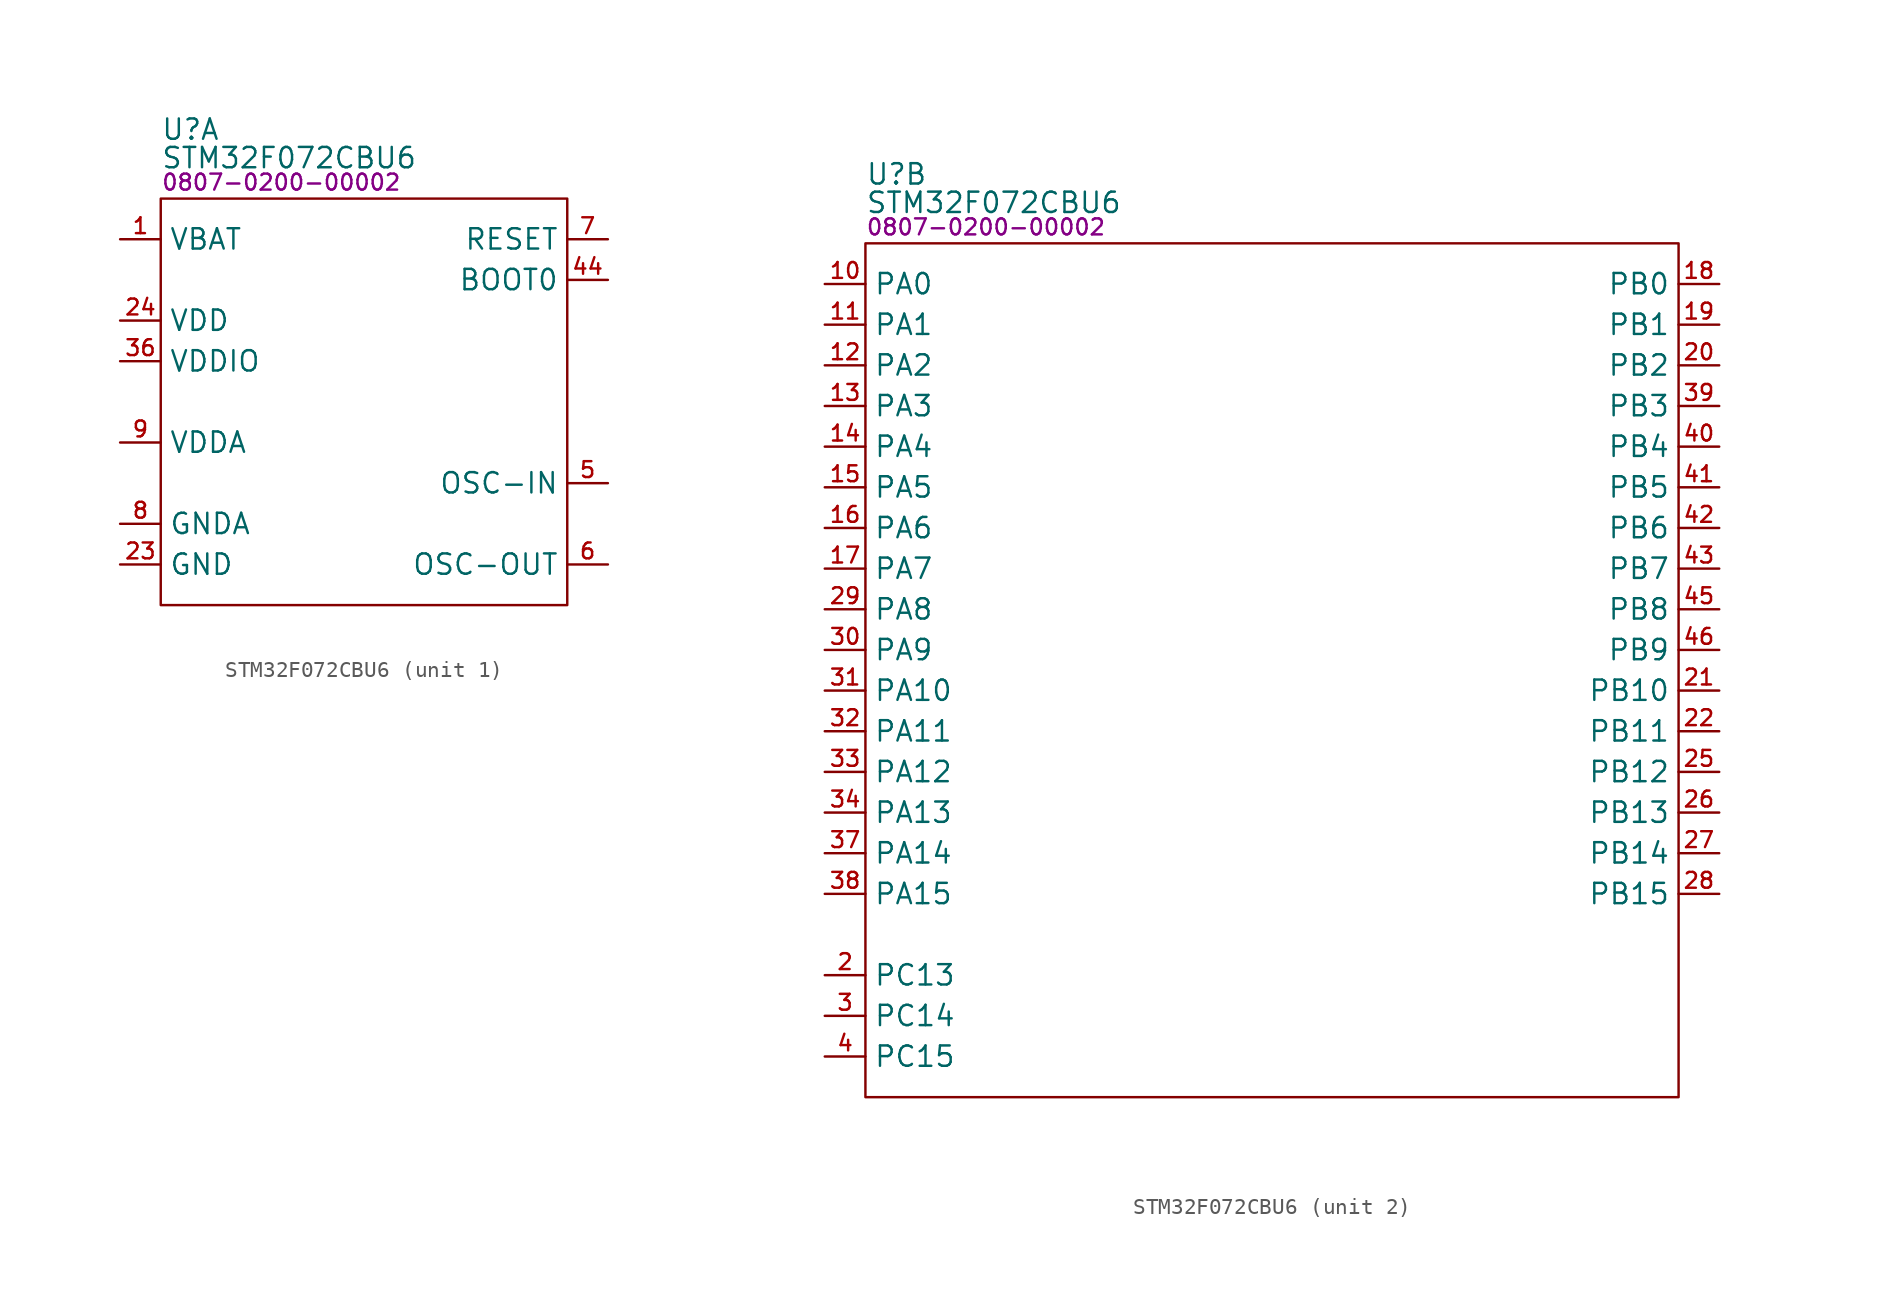
<source format=kicad_sym>
(kicad_symbol_lib
  (version 20231120)
  (generator "kicad_symbol_editor")
  (generator_version "8.0")
  (symbol "STM32F072CBU6"
    (property "Reference" "U"
      (at 0 4.318 0)
      (effects (font (size 1.27 1.27)) (justify left)))
    (property "Value" "STM32F072CBU6"
      (at 0 2.54 0)
      (effects (font (size 1.27 1.27)) (justify left)))
    (property "PartNumber" "0807-0200-00002"
      (at 0 1.016 0)
      (effects (font (size 1 1)) (justify left)))
    (property "ki_locked" ""
      (at 0 0 0)
      (effects (font (size 1.27 1.27))))
    (symbol "STM32F072CBU6_1_0"
      (pin power_in line (at -2.54 -2.54 0) (length 2.54) (name "VBAT" (effects (font (size 1.27 1.27)))) (number "1" (effects (font (size 0.991 0.991)))))
      (pin power_in line (at -2.54 -22.86 0) (length 2.54) (name "GND" (effects (font (size 1.27 1.27)))) (number "23" (effects (font (size 0.991 0.991)))))
      (pin power_in line (at -2.54 -7.62 0) (length 2.54) (name "VDD" (effects (font (size 1.27 1.27)))) (number "24" (effects (font (size 0.991 0.991)))))
      (pin power_in line (at -2.54 -22.86 0) (length 2.54) hide (name "GND" (effects (font (size 1.27 1.27)))) (number "35" (effects (font (size 0.991 0.991)))))
      (pin power_in line (at -2.54 -10.16 0) (length 2.54) (name "VDDIO" (effects (font (size 1.27 1.27)))) (number "36" (effects (font (size 0.991 0.991)))))
      (pin input line (at 27.94 -5.08 180) (length 2.54) (name "BOOT0" (effects (font (size 1.27 1.27)))) (number "44" (effects (font (size 0.991 0.991)))))
      (pin power_in line (at -2.54 -22.86 0) (length 2.54) hide (name "GND" (effects (font (size 1.27 1.27)))) (number "47" (effects (font (size 0.991 0.991)))))
      (pin power_in line (at -2.54 -7.62 0) (length 2.54) hide (name "VDD" (effects (font (size 1.27 1.27)))) (number "48" (effects (font (size 0.991 0.991)))))
      (pin power_in line (at -2.54 -22.86 0) (length 2.54) hide (name "GND" (effects (font (size 1.27 1.27)))) (number "49" (effects (font (size 0.991 0.991)))))
      (pin input line (at 27.94 -17.78 180) (length 2.54) (name "OSC-IN" (effects (font (size 1.27 1.27)))) (number "5" (effects (font (size 0.991 0.991)))) (alternate "CRS-SYNC" bidirectional line) (alternate "PF0" bidirectional line))
      (pin output line (at 27.94 -22.86 180) (length 2.54) (name "OSC-OUT" (effects (font (size 1.27 1.27)))) (number "6" (effects (font (size 0.991 0.991)))) (alternate "PF1" bidirectional line))
      (pin input line (at 27.94 -2.54 180) (length 2.54) (name "RESET" (effects (font (size 1.27 1.27)))) (number "7" (effects (font (size 0.991 0.991)))))
      (pin power_in line (at -2.54 -20.32 0) (length 2.54) (name "GNDA" (effects (font (size 1.27 1.27)))) (number "8" (effects (font (size 0.991 0.991)))))
      (pin power_in line (at -2.54 -15.24 0) (length 2.54) (name "VDDA" (effects (font (size 1.27 1.27)))) (number "9" (effects (font (size 0.991 0.991))))))
    (symbol "STM32F072CBU6_1_1"
      (rectangle (start 0 0) (end 25.4 -25.4) (stroke (width 0) (type default)) (fill (type none))))
    (symbol "STM32F072CBU6_2_0"
      (pin bidirectional line (at -2.54 -2.54 0) (length 2.54) (name "PA0" (effects (font (size 1.27 1.27)))) (number "10" (effects (font (size 0.991 0.991)))) (alternate "ADC-IN0" bidirectional line) (alternate "COMP1-INM" bidirectional line) (alternate "COMP1-OUT" bidirectional line) (alternate "RTC-TAMP2" bidirectional line) (alternate "SYS-WKUP1" bidirectional line) (alternate "TIM2-CH1" bidirectional line) (alternate "TIM2-ETR" bidirectional line) (alternate "TSC-G1-IO1" bidirectional line) (alternate "USART2-CTS" bidirectional line) (alternate "USART4-TX" bidirectional line))
      (pin bidirectional line (at -2.54 -5.08 0) (length 2.54) (name "PA1" (effects (font (size 1.27 1.27)))) (number "11" (effects (font (size 0.991 0.991)))) (alternate "ADC-IN1" bidirectional line) (alternate "COMP1-INP" bidirectional line) (alternate "TIM15-CH1N" bidirectional line) (alternate "TIM2-CH2" bidirectional line) (alternate "TSC-G1-IO2" bidirectional line) (alternate "USART2-DE" bidirectional line) (alternate "USART2-RTS" bidirectional line) (alternate "USART4-RX" bidirectional line))
      (pin bidirectional line (at -2.54 -7.62 0) (length 2.54) (name "PA2" (effects (font (size 1.27 1.27)))) (number "12" (effects (font (size 0.991 0.991)))) (alternate "ADC-IN2" bidirectional line) (alternate "COMP2-INM" bidirectional line) (alternate "COMP2-OUT" bidirectional line) (alternate "SYS-WKUP4" bidirectional line) (alternate "TIM15-CH1" bidirectional line) (alternate "TIM2-CH3" bidirectional line) (alternate "TSC-G1-IO3" bidirectional line) (alternate "USART2-TX" bidirectional line))
      (pin bidirectional line (at -2.54 -10.16 0) (length 2.54) (name "PA3" (effects (font (size 1.27 1.27)))) (number "13" (effects (font (size 0.991 0.991)))) (alternate "ADC-IN3" bidirectional line) (alternate "COMP2-INP" bidirectional line) (alternate "TIM15-CH2" bidirectional line) (alternate "TIM2-CH4" bidirectional line) (alternate "TSC-G1-IO4" bidirectional line) (alternate "USART2-RX" bidirectional line))
      (pin bidirectional line (at -2.54 -12.7 0) (length 2.54) (name "PA4" (effects (font (size 1.27 1.27)))) (number "14" (effects (font (size 0.991 0.991)))) (alternate "ADC-IN4" bidirectional line) (alternate "COMP1-INM" bidirectional line) (alternate "COMP2-INM" bidirectional line) (alternate "DAC-OUT1" bidirectional line) (alternate "I2S1-WS" bidirectional line) (alternate "SPI1-S\\S\\" bidirectional line) (alternate "TIM14-CH1" bidirectional line) (alternate "TSC-G2-IO1" bidirectional line) (alternate "USART2-CK" bidirectional line))
      (pin bidirectional line (at -2.54 -15.24 0) (length 2.54) (name "PA5" (effects (font (size 1.27 1.27)))) (number "15" (effects (font (size 0.991 0.991)))) (alternate "ADC-IN5" bidirectional line) (alternate "CEC" bidirectional line) (alternate "COMP1-INM" bidirectional line) (alternate "COMP2-INM" bidirectional line) (alternate "DAC-OUT2" bidirectional line) (alternate "I2S1-CK" bidirectional line) (alternate "SPI1-SCK" bidirectional line) (alternate "TIM2-CH1" bidirectional line) (alternate "TIM2-ETR" bidirectional line) (alternate "TSC-G2-IO2" bidirectional line))
      (pin bidirectional line (at -2.54 -17.78 0) (length 2.54) (name "PA6" (effects (font (size 1.27 1.27)))) (number "16" (effects (font (size 0.991 0.991)))) (alternate "ADC-IN6" bidirectional line) (alternate "COMP1-OUT" bidirectional line) (alternate "I2S1-MCK" bidirectional line) (alternate "SPI1-CIPO" bidirectional line) (alternate "TIM1-BKIN" bidirectional line) (alternate "TIM16-CH1" bidirectional line) (alternate "TIM3-CH1" bidirectional line) (alternate "TSC-G2-IO3" bidirectional line) (alternate "USART3-CTS" bidirectional line))
      (pin bidirectional line (at -2.54 -20.32 0) (length 2.54) (name "PA7" (effects (font (size 1.27 1.27)))) (number "17" (effects (font (size 0.991 0.991)))) (alternate "ADC-IN7" bidirectional line) (alternate "COMP2-OUT" bidirectional line) (alternate "I2S1-SD" bidirectional line) (alternate "SPI1-COPI" bidirectional line) (alternate "TIM1-CH1N" bidirectional line) (alternate "TIM14-CH1" bidirectional line) (alternate "TIM17-CH1" bidirectional line) (alternate "TIM3-CH2" bidirectional line) (alternate "TSC-G2-IO4" bidirectional line))
      (pin bidirectional line (at 53.34 -2.54 180) (length 2.54) (name "PB0" (effects (font (size 1.27 1.27)))) (number "18" (effects (font (size 0.991 0.991)))) (alternate "ADC-IN8" bidirectional line) (alternate "TIM1-CH2N" bidirectional line) (alternate "TIM3-CH3" bidirectional line) (alternate "TSC-G3-IO2" bidirectional line) (alternate "USART3-CK" bidirectional line))
      (pin bidirectional line (at 53.34 -5.08 180) (length 2.54) (name "PB1" (effects (font (size 1.27 1.27)))) (number "19" (effects (font (size 0.991 0.991)))) (alternate "ADC-IN9" bidirectional line) (alternate "TIM1-CH3N" bidirectional line) (alternate "TIM14-CH1" bidirectional line) (alternate "TIM3-CH4" bidirectional line) (alternate "TSC-G3-IO3" bidirectional line) (alternate "USART3-DE" bidirectional line) (alternate "USART3-RTS" bidirectional line))
      (pin bidirectional line (at -2.54 -45.72 0) (length 2.54) (name "PC13" (effects (font (size 1.27 1.27)))) (number "2" (effects (font (size 0.991 0.991)))) (alternate "RTC-OUT-ALARM" bidirectional line) (alternate "RTC-OUT-CALIB" bidirectional line) (alternate "RTC-TAMP1" bidirectional line) (alternate "RTC-TS" bidirectional line) (alternate "SYS-WKUP2" bidirectional line))
      (pin bidirectional line (at 53.34 -7.62 180) (length 2.54) (name "PB2" (effects (font (size 1.27 1.27)))) (number "20" (effects (font (size 0.991 0.991)))) (alternate "TSC-G3-IO4" bidirectional line))
      (pin bidirectional line (at 53.34 -27.94 180) (length 2.54) (name "PB10" (effects (font (size 1.27 1.27)))) (number "21" (effects (font (size 0.991 0.991)))) (alternate "CEC" bidirectional line) (alternate "I2C2-SCL" bidirectional line) (alternate "I2S2-CK" bidirectional line) (alternate "SPI2-SCK" bidirectional line) (alternate "TIM2-CH3" bidirectional line) (alternate "TSC-SYNC" bidirectional line) (alternate "USART3-TX" bidirectional line))
      (pin bidirectional line (at 53.34 -30.48 180) (length 2.54) (name "PB11" (effects (font (size 1.27 1.27)))) (number "22" (effects (font (size 0.991 0.991)))) (alternate "I2C2-SDA" bidirectional line) (alternate "TIM2-CH4" bidirectional line) (alternate "TSC-G6-IO1" bidirectional line) (alternate "USART3-RX" bidirectional line))
      (pin bidirectional line (at 53.34 -33.02 180) (length 2.54) (name "PB12" (effects (font (size 1.27 1.27)))) (number "25" (effects (font (size 0.991 0.991)))) (alternate "I2S2-WS" bidirectional line) (alternate "SPI2-S\\S\\" bidirectional line) (alternate "TIM1-BKIN" bidirectional line) (alternate "TIM15-BKIN" bidirectional line) (alternate "TSC-G6-IO2" bidirectional line) (alternate "USART3-CK" bidirectional line))
      (pin bidirectional line (at 53.34 -35.56 180) (length 2.54) (name "PB13" (effects (font (size 1.27 1.27)))) (number "26" (effects (font (size 0.991 0.991)))) (alternate "I2C2-SCL" bidirectional line) (alternate "I2S2-CK" bidirectional line) (alternate "SPI2-SCK" bidirectional line) (alternate "TIM1-CH1N" bidirectional line) (alternate "TSC-G6-IO3" bidirectional line) (alternate "USART3-CTS" bidirectional line))
      (pin bidirectional line (at 53.34 -38.1 180) (length 2.54) (name "PB14" (effects (font (size 1.27 1.27)))) (number "27" (effects (font (size 0.991 0.991)))) (alternate "I2C2-SDA" bidirectional line) (alternate "I2S2-MCK" bidirectional line) (alternate "SPI2-CIPO" bidirectional line) (alternate "TIM1-CH2N" bidirectional line) (alternate "TIM15-CH1" bidirectional line) (alternate "TSC-G6-IO4" bidirectional line) (alternate "USART3-DE" bidirectional line) (alternate "USART3-RTS" bidirectional line))
      (pin bidirectional line (at 53.34 -40.64 180) (length 2.54) (name "PB15" (effects (font (size 1.27 1.27)))) (number "28" (effects (font (size 0.991 0.991)))) (alternate "I2S2-SD" bidirectional line) (alternate "RTC-REFIN" bidirectional line) (alternate "SPI2-COPI" bidirectional line) (alternate "SYS-WKUP7" bidirectional line) (alternate "TIM1-CH3N" bidirectional line) (alternate "TIM15-CH1N" bidirectional line) (alternate "TIM15-CH2" bidirectional line))
      (pin bidirectional line (at -2.54 -22.86 0) (length 2.54) (name "PA8" (effects (font (size 1.27 1.27)))) (number "29" (effects (font (size 0.991 0.991)))) (alternate "CRS-SYNC" bidirectional line) (alternate "RCC-MCO" bidirectional line) (alternate "TIM1-CH1" bidirectional line) (alternate "USART1-CK" bidirectional line))
      (pin bidirectional line (at -2.54 -48.26 0) (length 2.54) (name "PC14" (effects (font (size 1.27 1.27)))) (number "3" (effects (font (size 0.991 0.991)))) (alternate "OSC32-IN" bidirectional line))
      (pin bidirectional line (at -2.54 -25.4 0) (length 2.54) (name "PA9" (effects (font (size 1.27 1.27)))) (number "30" (effects (font (size 0.991 0.991)))) (alternate "DAC-EXTI9" bidirectional line) (alternate "TIM1-CH2" bidirectional line) (alternate "TIM15-BKIN" bidirectional line) (alternate "TSC-G4-IO1" bidirectional line) (alternate "USART1-TX" bidirectional line))
      (pin bidirectional line (at -2.54 -27.94 0) (length 2.54) (name "PA10" (effects (font (size 1.27 1.27)))) (number "31" (effects (font (size 0.991 0.991)))) (alternate "TIM1-CH3" bidirectional line) (alternate "TIM17-BKIN" bidirectional line) (alternate "TSC-G4-IO2" bidirectional line) (alternate "USART1-RX" bidirectional line))
      (pin bidirectional line (at -2.54 -30.48 0) (length 2.54) (name "PA11" (effects (font (size 1.27 1.27)))) (number "32" (effects (font (size 0.991 0.991)))) (alternate "CAN-RX" bidirectional line) (alternate "COMP1-OUT" bidirectional line) (alternate "TIM1-CH4" bidirectional line) (alternate "TSC-G4-IO3" bidirectional line) (alternate "USART1-CTS" bidirectional line) (alternate "USB-D-" bidirectional line))
      (pin bidirectional line (at -2.54 -33.02 0) (length 2.54) (name "PA12" (effects (font (size 1.27 1.27)))) (number "33" (effects (font (size 0.991 0.991)))) (alternate "CAN-TX" bidirectional line) (alternate "COMP2-OUT" bidirectional line) (alternate "TIM1-ETR" bidirectional line) (alternate "TSC-G4-IO4" bidirectional line) (alternate "USART1-DE" bidirectional line) (alternate "USART1-RTS" bidirectional line) (alternate "USB-D+" bidirectional line))
      (pin bidirectional line (at -2.54 -35.56 0) (length 2.54) (name "PA13" (effects (font (size 1.27 1.27)))) (number "34" (effects (font (size 0.991 0.991)))) (alternate "IR-OUT" bidirectional line) (alternate "SYS-SWDIO" bidirectional line) (alternate "USB-NOE" bidirectional line))
      (pin bidirectional line (at -2.54 -38.1 0) (length 2.54) (name "PA14" (effects (font (size 1.27 1.27)))) (number "37" (effects (font (size 0.991 0.991)))) (alternate "SYS-SWCLK" bidirectional line) (alternate "USART2-TX" bidirectional line))
      (pin bidirectional line (at -2.54 -40.64 0) (length 2.54) (name "PA15" (effects (font (size 1.27 1.27)))) (number "38" (effects (font (size 0.991 0.991)))) (alternate "I2S1-WS" bidirectional line) (alternate "SPI1-S\\S\\" bidirectional line) (alternate "TIM2-CH1" bidirectional line) (alternate "TIM2-ETR" bidirectional line) (alternate "USART2-RX" bidirectional line) (alternate "USART4-DE" bidirectional line) (alternate "USART4-RTS" bidirectional line))
      (pin bidirectional line (at 53.34 -10.16 180) (length 2.54) (name "PB3" (effects (font (size 1.27 1.27)))) (number "39" (effects (font (size 0.991 0.991)))) (alternate "I2S1-CK" bidirectional line) (alternate "SPI1-SCK" bidirectional line) (alternate "TIM2-CH2" bidirectional line) (alternate "TSC-G5-IO1" bidirectional line))
      (pin bidirectional line (at -2.54 -50.8 0) (length 2.54) (name "PC15" (effects (font (size 1.27 1.27)))) (number "4" (effects (font (size 0.991 0.991)))) (alternate "OSC32-OUT" bidirectional line))
      (pin bidirectional line (at 53.34 -12.7 180) (length 2.54) (name "PB4" (effects (font (size 1.27 1.27)))) (number "40" (effects (font (size 0.991 0.991)))) (alternate "I2S1-MCK" bidirectional line) (alternate "SPI1-CIPO" bidirectional line) (alternate "TIM17-BKIN" bidirectional line) (alternate "TIM3-CH1" bidirectional line) (alternate "TSC-G5-IO2" bidirectional line))
      (pin bidirectional line (at 53.34 -15.24 180) (length 2.54) (name "PB5" (effects (font (size 1.27 1.27)))) (number "41" (effects (font (size 0.991 0.991)))) (alternate "I2C1-SMBA" bidirectional line) (alternate "I2S1-SD" bidirectional line) (alternate "SPI1-COPI" bidirectional line) (alternate "SYS-WKUP6" bidirectional line) (alternate "TIM16-BKIN" bidirectional line) (alternate "TIM3-CH2" bidirectional line))
      (pin bidirectional line (at 53.34 -17.78 180) (length 2.54) (name "PB6" (effects (font (size 1.27 1.27)))) (number "42" (effects (font (size 0.991 0.991)))) (alternate "I2C1-SCL" bidirectional line) (alternate "TIM16-CH1N" bidirectional line) (alternate "TSC-G5-IO3" bidirectional line) (alternate "USART1-TX" bidirectional line))
      (pin bidirectional line (at 53.34 -20.32 180) (length 2.54) (name "PB7" (effects (font (size 1.27 1.27)))) (number "43" (effects (font (size 0.991 0.991)))) (alternate "I2C1-SDA" bidirectional line) (alternate "TIM17-CH1N" bidirectional line) (alternate "TSC-G5-IO4" bidirectional line) (alternate "USART1-RX" bidirectional line) (alternate "USART4-CTS" bidirectional line))
      (pin bidirectional line (at 53.34 -22.86 180) (length 2.54) (name "PB8" (effects (font (size 1.27 1.27)))) (number "45" (effects (font (size 0.991 0.991)))) (alternate "CAN-RX" bidirectional line) (alternate "CEC" bidirectional line) (alternate "I2C1-SCL" bidirectional line) (alternate "TIM16-CH1" bidirectional line) (alternate "TSC-SYNC" bidirectional line))
      (pin bidirectional line (at 53.34 -25.4 180) (length 2.54) (name "PB9" (effects (font (size 1.27 1.27)))) (number "46" (effects (font (size 0.991 0.991)))) (alternate "CAN-TX" bidirectional line) (alternate "DAC-EXTI9" bidirectional line) (alternate "I2C1-SDA" bidirectional line) (alternate "I2S2-WS" bidirectional line) (alternate "IR-OUT" bidirectional line) (alternate "SPI2-S\\S\\" bidirectional line) (alternate "TIM17-CH1" bidirectional line)))
    (symbol "STM32F072CBU6_2_1"
      (rectangle (start 0 0) (end 50.8 -53.34) (stroke (width 0) (type default)) (fill (type none))))))
</source>
